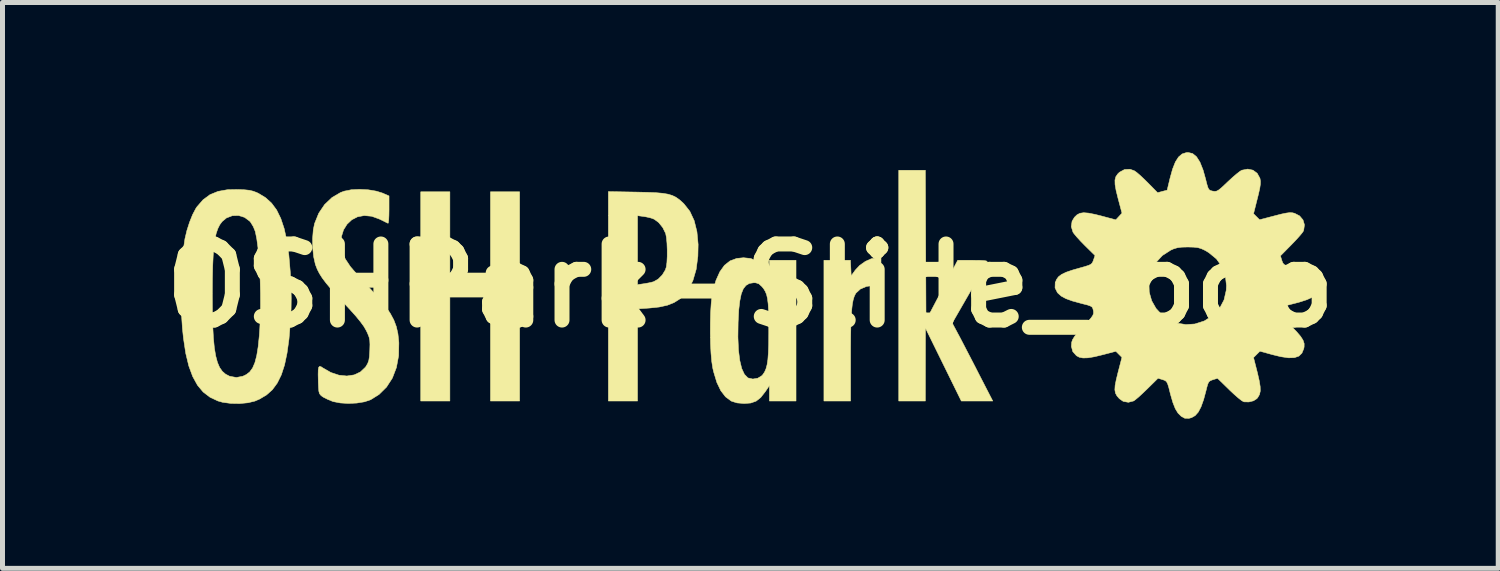
<source format=kicad_pcb>
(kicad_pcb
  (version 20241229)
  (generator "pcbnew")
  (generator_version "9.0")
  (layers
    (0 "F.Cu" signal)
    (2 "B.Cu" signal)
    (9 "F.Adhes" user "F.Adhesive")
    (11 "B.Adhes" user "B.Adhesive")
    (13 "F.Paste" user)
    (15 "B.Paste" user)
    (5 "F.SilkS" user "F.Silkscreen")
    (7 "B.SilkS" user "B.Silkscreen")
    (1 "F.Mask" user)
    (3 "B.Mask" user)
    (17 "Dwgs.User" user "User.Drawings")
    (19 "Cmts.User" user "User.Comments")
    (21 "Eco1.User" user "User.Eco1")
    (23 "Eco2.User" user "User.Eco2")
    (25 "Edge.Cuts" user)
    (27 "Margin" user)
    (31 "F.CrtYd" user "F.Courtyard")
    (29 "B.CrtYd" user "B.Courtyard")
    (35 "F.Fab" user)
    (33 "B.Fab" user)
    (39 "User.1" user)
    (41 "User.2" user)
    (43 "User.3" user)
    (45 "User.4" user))
  (footprint "OSHPark-Slide_logo"
    (layer "F.Cu")
    (at 11.982 2.672)
    (property "Reference" "OSHPark-Slide_logo" (at 0 0 0) (layer "F.SilkS") (effects (font (size 1.524 1.524) (thickness 0.3))))
    (attr through_hole)
    (fp_poly (pts (xy -6.02 -0.254) (xy -5.207 -0.254) (xy -5.207 -1.88) (xy -4.623 -1.88) (xy -4.623 2.311) (xy -5.207 2.311) (xy -5.207 0.229) (xy -6.02 0.229) (xy -6.02 2.311) (xy -6.604 2.311) (xy -6.604 -1.88) (xy -6.02 -1.88) (xy -6.02 -0.254)) (stroke (width 0.01) (type solid)) (fill yes) (layer "F.SilkS"))
    (fp_poly (pts (xy 2.616 -0.009) (xy 2.473 -0.005) (xy 2.325 0.016) (xy 2.203 0.068) (xy 2.117 0.147) (xy 2.103 0.168) (xy 2.079 0.219) (xy 2.059 0.285) (xy 2.042 0.371) (xy 2.03 0.48) (xy 2.02 0.619) (xy 2.013 0.791) (xy 2.009 1.001) (xy 2.007 1.254) (xy 2.007 1.441) (xy 2.007 2.311) (xy 1.473 2.311) (xy 1.473 -0.508) (xy 2.004 -0.508) (xy 2.012 -0.352) (xy 2.019 -0.197) (xy 2.102 -0.312) (xy 2.19 -0.406) (xy 2.302 -0.485) (xy 2.422 -0.539) (xy 2.532 -0.559) (xy 2.616 -0.559) (xy 2.616 -0.009)) (stroke (width 0.01) (type solid)) (fill yes) (layer "F.SilkS"))
    (fp_poly (pts (xy 3.511 -0.807) (xy 3.518 0.697) (xy 3.835 0.094) (xy 4.153 -0.508) (xy 4.454 -0.508) (xy 4.587 -0.507) (xy 4.676 -0.502) (xy 4.726 -0.495) (xy 4.743 -0.482) (xy 4.743 -0.476) (xy 4.727 -0.447) (xy 4.689 -0.379) (xy 4.633 -0.279) (xy 4.562 -0.154) (xy 4.479 -0.009) (xy 4.388 0.15) (xy 4.387 0.152) (xy 4.043 0.749) (xy 4.152 0.953) (xy 4.195 1.033) (xy 4.256 1.15) (xy 4.33 1.293) (xy 4.414 1.454) (xy 4.502 1.624) (xy 4.558 1.734) (xy 4.855 2.311) (xy 4.225 2.311) (xy 3.866 1.581) (xy 3.507 0.851) (xy 3.506 1.581) (xy 3.505 2.311) (xy 2.972 2.311) (xy 2.972 -2.311) (xy 3.505 -2.311) (xy 3.511 -0.807)) (stroke (width 0.01) (type solid)) (fill yes) (layer "F.SilkS"))
    (fp_poly (pts (xy -2.28 -1.874) (xy -2.065 -1.869) (xy -1.893 -1.862) (xy -1.758 -1.85) (xy -1.65 -1.832) (xy -1.564 -1.806) (xy -1.491 -1.77) (xy -1.423 -1.722) (xy -1.354 -1.661) (xy -1.331 -1.638) (xy -1.213 -1.489) (xy -1.126 -1.302) (xy -1.071 -1.08) (xy -1.047 -0.825) (xy -1.052 -0.591) (xy -1.086 -0.327) (xy -1.152 -0.101) (xy -1.247 0.085) (xy -1.372 0.231) (xy -1.414 0.266) (xy -1.531 0.34) (xy -1.665 0.393) (xy -1.827 0.428) (xy -2.026 0.449) (xy -2.261 0.465) (xy -2.261 2.311) (xy -2.845 2.311) (xy -2.845 -0.02) (xy -2.261 -0.02) (xy -2.14 -0.037) (xy -2.047 -0.053) (xy -1.96 -0.073) (xy -1.938 -0.079) (xy -1.848 -0.13) (xy -1.765 -0.214) (xy -1.704 -0.314) (xy -1.684 -0.374) (xy -1.672 -0.466) (xy -1.666 -0.587) (xy -1.666 -0.72) (xy -1.671 -0.851) (xy -1.682 -0.964) (xy -1.697 -1.044) (xy -1.699 -1.048) (xy -1.756 -1.164) (xy -1.838 -1.265) (xy -1.927 -1.331) (xy -1.992 -1.355) (xy -2.081 -1.376) (xy -2.127 -1.384) (xy -2.261 -1.402) (xy -2.261 -0.02) (xy -2.845 -0.02) (xy -2.845 -1.884) (xy -2.28 -1.874)) (stroke (width 0.01) (type solid)) (fill yes) (layer "F.SilkS"))
    (fp_poly (pts (xy 0.006 -0.544) (xy 0.127 -0.495) (xy 0.239 -0.406) (xy 0.28 -0.362) (xy 0.381 -0.247) (xy 0.381 -0.508) (xy 0.914 -0.508) (xy 0.914 2.311) (xy 0.381 2.311) (xy 0.381 2.001) (xy 0.298 2.124) (xy 0.208 2.239) (xy 0.115 2.313) (xy 0.008 2.351) (xy -0.124 2.361) (xy -0.268 2.349) (xy -0.376 2.315) (xy -0.386 2.31) (xy -0.498 2.227) (xy -0.593 2.104) (xy -0.672 1.939) (xy -0.736 1.728) (xy -0.754 1.651) (xy -0.774 1.521) (xy -0.789 1.354) (xy -0.799 1.161) (xy -0.801 1.034) (xy -0.25 1.034) (xy -0.239 1.288) (xy -0.213 1.497) (xy -0.174 1.66) (xy -0.12 1.776) (xy -0.053 1.845) (xy -0.044 1.85) (xy 0.049 1.871) (xy 0.148 1.854) (xy 0.231 1.803) (xy 0.246 1.786) (xy 0.283 1.732) (xy 0.312 1.667) (xy 0.334 1.586) (xy 0.35 1.481) (xy 0.36 1.346) (xy 0.366 1.176) (xy 0.368 0.963) (xy 0.368 0.889) (xy 0.367 0.673) (xy 0.364 0.501) (xy 0.356 0.366) (xy 0.343 0.262) (xy 0.325 0.181) (xy 0.299 0.117) (xy 0.266 0.062) (xy 0.231 0.019) (xy 0.17 -0.036) (xy 0.108 -0.057) (xy 0.065 -0.058) (xy -0.02 -0.045) (xy -0.088 -0.005) (xy -0.142 0.063) (xy -0.183 0.165) (xy -0.212 0.305) (xy -0.233 0.486) (xy -0.245 0.714) (xy -0.246 0.737) (xy -0.25 1.034) (xy -0.801 1.034) (xy -0.803 0.954) (xy -0.802 0.743) (xy -0.797 0.541) (xy -0.785 0.357) (xy -0.769 0.205) (xy -0.753 0.117) (xy -0.69 -0.104) (xy -0.612 -0.278) (xy -0.519 -0.408) (xy -0.407 -0.496) (xy -0.275 -0.545) (xy -0.138 -0.559) (xy 0.006 -0.544)) (stroke (width 0.01) (type solid)) (fill yes) (layer "F.SilkS"))
    (fp_poly (pts (xy -7.656 -1.92) (xy -7.495 -1.893) (xy -7.372 -1.855) (xy -7.239 -1.797) (xy -7.239 -1.519) (xy -7.241 -1.408) (xy -7.245 -1.319) (xy -7.252 -1.263) (xy -7.258 -1.249) (xy -7.29 -1.264) (xy -7.352 -1.295) (xy -7.425 -1.331) (xy -7.586 -1.39) (xy -7.736 -1.404) (xy -7.87 -1.379) (xy -7.986 -1.319) (xy -8.08 -1.23) (xy -8.15 -1.118) (xy -8.191 -0.987) (xy -8.201 -0.842) (xy -8.177 -0.689) (xy -8.115 -0.534) (xy -8.013 -0.381) (xy -8.008 -0.375) (xy -7.947 -0.304) (xy -7.861 -0.207) (xy -7.759 -0.094) (xy -7.652 0.023) (xy -7.611 0.067) (xy -7.446 0.251) (xy -7.315 0.41) (xy -7.216 0.553) (xy -7.143 0.688) (xy -7.093 0.821) (xy -7.061 0.962) (xy -7.044 1.119) (xy -7.042 1.148) (xy -7.047 1.404) (xy -7.091 1.64) (xy -7.172 1.851) (xy -7.289 2.032) (xy -7.439 2.18) (xy -7.607 2.285) (xy -7.731 2.327) (xy -7.885 2.352) (xy -8.053 2.36) (xy -8.215 2.35) (xy -8.355 2.323) (xy -8.378 2.315) (xy -8.468 2.278) (xy -8.548 2.238) (xy -8.581 2.217) (xy -8.612 2.19) (xy -8.633 2.16) (xy -8.645 2.114) (xy -8.651 2.042) (xy -8.656 1.931) (xy -8.656 1.917) (xy -8.659 1.781) (xy -8.657 1.69) (xy -8.648 1.637) (xy -8.63 1.617) (xy -8.601 1.624) (xy -8.563 1.649) (xy -8.404 1.74) (xy -8.241 1.794) (xy -8.084 1.81) (xy -7.938 1.788) (xy -7.812 1.729) (xy -7.712 1.634) (xy -7.7 1.617) (xy -7.666 1.559) (xy -7.644 1.498) (xy -7.632 1.421) (xy -7.625 1.311) (xy -7.624 1.289) (xy -7.621 1.176) (xy -7.625 1.096) (xy -7.639 1.03) (xy -7.666 0.961) (xy -7.694 0.902) (xy -7.742 0.818) (xy -7.813 0.721) (xy -7.909 0.604) (xy -8.037 0.462) (xy -8.105 0.389) (xy -8.267 0.216) (xy -8.396 0.072) (xy -8.497 -0.048) (xy -8.575 -0.151) (xy -8.633 -0.242) (xy -8.676 -0.326) (xy -8.709 -0.411) (xy -8.715 -0.427) (xy -8.749 -0.58) (xy -8.768 -0.759) (xy -8.77 -0.944) (xy -8.756 -1.118) (xy -8.73 -1.245) (xy -8.647 -1.45) (xy -8.529 -1.625) (xy -8.381 -1.765) (xy -8.209 -1.866) (xy -8.134 -1.893) (xy -7.995 -1.921) (xy -7.83 -1.929) (xy -7.656 -1.92)) (stroke (width 0.01) (type solid)) (fill yes) (layer "F.SilkS"))
    (fp_poly (pts (xy -10.131 -1.92) (xy -10.036 -1.91) (xy -9.961 -1.892) (xy -9.889 -1.865) (xy -9.852 -1.847) (xy -9.712 -1.762) (xy -9.592 -1.653) (xy -9.49 -1.515) (xy -9.407 -1.345) (xy -9.339 -1.141) (xy -9.286 -0.898) (xy -9.246 -0.612) (xy -9.218 -0.281) (xy -9.214 -0.221) (xy -9.202 0.029) (xy -9.198 0.251) (xy -9.201 0.464) (xy -9.212 0.691) (xy -9.216 0.745) (xy -9.243 1.071) (xy -9.282 1.351) (xy -9.332 1.589) (xy -9.397 1.788) (xy -9.478 1.952) (xy -9.576 2.085) (xy -9.694 2.19) (xy -9.832 2.272) (xy -9.922 2.311) (xy -10.063 2.346) (xy -10.231 2.362) (xy -10.407 2.359) (xy -10.571 2.337) (xy -10.667 2.31) (xy -10.826 2.235) (xy -10.962 2.131) (xy -11.077 1.993) (xy -11.172 1.82) (xy -11.25 1.609) (xy -11.311 1.356) (xy -11.356 1.059) (xy -11.378 0.851) (xy -11.395 0.592) (xy -11.403 0.314) (xy -11.403 0.203) (xy -10.779 0.203) (xy -10.777 0.53) (xy -10.77 0.811) (xy -10.757 1.048) (xy -10.738 1.246) (xy -10.711 1.408) (xy -10.676 1.538) (xy -10.633 1.639) (xy -10.579 1.716) (xy -10.515 1.772) (xy -10.439 1.812) (xy -10.427 1.816) (xy -10.297 1.84) (xy -10.168 1.815) (xy -10.097 1.781) (xy -10.029 1.728) (xy -9.972 1.65) (xy -9.926 1.543) (xy -9.889 1.401) (xy -9.86 1.222) (xy -9.837 0.998) (xy -9.828 0.864) (xy -9.817 0.641) (xy -9.813 0.401) (xy -9.814 0.153) (xy -9.82 -0.097) (xy -9.831 -0.338) (xy -9.846 -0.564) (xy -9.865 -0.766) (xy -9.888 -0.936) (xy -9.914 -1.065) (xy -9.92 -1.089) (xy -9.957 -1.181) (xy -10.008 -1.265) (xy -10.029 -1.291) (xy -10.133 -1.368) (xy -10.254 -1.405) (xy -10.379 -1.401) (xy -10.496 -1.356) (xy -10.581 -1.285) (xy -10.629 -1.221) (xy -10.668 -1.143) (xy -10.701 -1.048) (xy -10.727 -0.93) (xy -10.747 -0.785) (xy -10.761 -0.608) (xy -10.771 -0.395) (xy -10.777 -0.142) (xy -10.779 0.158) (xy -10.779 0.203) (xy -11.403 0.203) (xy -11.402 0.029) (xy -11.394 -0.251) (xy -11.378 -0.515) (xy -11.355 -0.752) (xy -11.327 -0.94) (xy -11.288 -1.104) (xy -11.235 -1.27) (xy -11.174 -1.422) (xy -11.11 -1.544) (xy -11.086 -1.58) (xy -10.964 -1.72) (xy -10.826 -1.822) (xy -10.665 -1.888) (xy -10.475 -1.922) (xy -10.262 -1.926) (xy -10.131 -1.92)) (stroke (width 0.01) (type solid)) (fill yes) (layer "F.SilkS"))
    (fp_poly (pts (xy 8.859 -2.646) (xy 8.937 -2.582) (xy 9.006 -2.473) (xy 9.068 -2.317) (xy 9.117 -2.142) (xy 9.144 -2.034) (xy 9.165 -1.965) (xy 9.186 -1.926) (xy 9.212 -1.906) (xy 9.249 -1.896) (xy 9.263 -1.893) (xy 9.303 -1.888) (xy 9.338 -1.893) (xy 9.378 -1.914) (xy 9.431 -1.956) (xy 9.506 -2.026) (xy 9.565 -2.082) (xy 9.656 -2.166) (xy 9.74 -2.238) (xy 9.807 -2.29) (xy 9.844 -2.312) (xy 9.963 -2.335) (xy 10.068 -2.313) (xy 10.152 -2.251) (xy 10.206 -2.153) (xy 10.209 -2.143) (xy 10.217 -2.093) (xy 10.216 -2.033) (xy 10.204 -1.952) (xy 10.179 -1.839) (xy 10.156 -1.747) (xy 10.079 -1.441) (xy 10.14 -1.38) (xy 10.2 -1.32) (xy 10.503 -1.399) (xy 10.635 -1.433) (xy 10.73 -1.453) (xy 10.798 -1.462) (xy 10.851 -1.461) (xy 10.898 -1.45) (xy 10.9 -1.45) (xy 11.002 -1.397) (xy 11.07 -1.316) (xy 11.099 -1.218) (xy 11.084 -1.113) (xy 11.072 -1.084) (xy 11.043 -1.045) (xy 10.987 -0.979) (xy 10.911 -0.896) (xy 10.831 -0.813) (xy 10.618 -0.597) (xy 10.646 -0.505) (xy 10.664 -0.457) (xy 10.688 -0.426) (xy 10.732 -0.403) (xy 10.808 -0.382) (xy 10.855 -0.371) (xy 11.017 -0.33) (xy 11.137 -0.294) (xy 11.225 -0.258) (xy 11.291 -0.219) (xy 11.344 -0.172) (xy 11.355 -0.16) (xy 11.405 -0.095) (xy 11.424 -0.041) (xy 11.421 0.02) (xy 11.396 0.101) (xy 11.345 0.17) (xy 11.264 0.229) (xy 11.147 0.282) (xy 10.988 0.333) (xy 10.856 0.367) (xy 10.762 0.391) (xy 10.706 0.412) (xy 10.674 0.438) (xy 10.655 0.479) (xy 10.647 0.503) (xy 10.618 0.597) (xy 10.832 0.809) (xy 10.945 0.926) (xy 11.023 1.018) (xy 11.071 1.094) (xy 11.093 1.161) (xy 11.092 1.227) (xy 11.085 1.263) (xy 11.048 1.352) (xy 10.988 1.411) (xy 10.9 1.442) (xy 10.781 1.446) (xy 10.625 1.423) (xy 10.457 1.382) (xy 10.207 1.313) (xy 10.143 1.377) (xy 10.079 1.441) (xy 10.157 1.747) (xy 10.193 1.905) (xy 10.212 2.023) (xy 10.214 2.113) (xy 10.198 2.182) (xy 10.164 2.241) (xy 10.145 2.264) (xy 10.078 2.307) (xy 9.986 2.33) (xy 9.895 2.328) (xy 9.876 2.323) (xy 9.836 2.299) (xy 9.769 2.246) (xy 9.685 2.172) (xy 9.592 2.085) (xy 9.588 2.08) (xy 9.358 1.856) (xy 9.266 1.884) (xy 9.217 1.902) (xy 9.185 1.926) (xy 9.163 1.97) (xy 9.141 2.046) (xy 9.13 2.093) (xy 9.079 2.283) (xy 9.027 2.428) (xy 8.972 2.533) (xy 8.91 2.603) (xy 8.838 2.644) (xy 8.786 2.658) (xy 8.703 2.657) (xy 8.63 2.617) (xy 8.629 2.616) (xy 8.565 2.552) (xy 8.511 2.463) (xy 8.463 2.341) (xy 8.416 2.179) (xy 8.407 2.143) (xy 8.38 2.035) (xy 8.358 1.966) (xy 8.336 1.925) (xy 8.309 1.902) (xy 8.268 1.886) (xy 8.258 1.883) (xy 8.166 1.855) (xy 7.95 2.068) (xy 7.86 2.154) (xy 7.779 2.229) (xy 7.714 2.283) (xy 7.679 2.309) (xy 7.572 2.337) (xy 7.468 2.318) (xy 7.391 2.264) (xy 7.343 2.209) (xy 7.313 2.153) (xy 7.301 2.087) (xy 7.306 2) (xy 7.329 1.884) (xy 7.363 1.745) (xy 7.443 1.437) (xy 7.382 1.376) (xy 7.321 1.315) (xy 7.062 1.383) (xy 6.892 1.424) (xy 6.762 1.446) (xy 6.663 1.449) (xy 6.588 1.434) (xy 6.532 1.404) (xy 6.458 1.321) (xy 6.43 1.217) (xy 6.436 1.134) (xy 6.455 1.08) (xy 6.496 1.014) (xy 6.565 0.929) (xy 6.666 0.819) (xy 6.67 0.814) (xy 6.76 0.719) (xy 6.821 0.651) (xy 6.856 0.602) (xy 6.872 0.564) (xy 6.874 0.529) (xy 6.87 0.499) (xy 6.86 0.458) (xy 6.844 0.429) (xy 6.811 0.408) (xy 6.751 0.387) (xy 6.655 0.363) (xy 6.621 0.354) (xy 6.449 0.307) (xy 6.32 0.26) (xy 6.226 0.209) (xy 6.159 0.149) (xy 6.149 0.137) (xy 6.103 0.044) (xy 6.106 -0.057) (xy 6.107 -0.06) (xy 7.982 -0.06) (xy 7.989 0.13) (xy 8.039 0.304) (xy 8.126 0.457) (xy 8.244 0.585) (xy 8.387 0.685) (xy 8.549 0.751) (xy 8.723 0.78) (xy 8.904 0.768) (xy 9.085 0.71) (xy 9.104 0.701) (xy 9.272 0.592) (xy 9.4 0.453) (xy 9.488 0.286) (xy 9.532 0.094) (xy 9.537 0) (xy 9.514 -0.203) (xy 9.446 -0.382) (xy 9.335 -0.536) (xy 9.18 -0.663) (xy 9.106 -0.707) (xy 9.033 -0.741) (xy 8.963 -0.762) (xy 8.88 -0.771) (xy 8.764 -0.774) (xy 8.763 -0.774) (xy 8.642 -0.771) (xy 8.552 -0.759) (xy 8.476 -0.736) (xy 8.421 -0.712) (xy 8.252 -0.603) (xy 8.122 -0.461) (xy 8.033 -0.291) (xy 7.986 -0.093) (xy 7.982 -0.06) (xy 6.107 -0.06) (xy 6.132 -0.123) (xy 6.171 -0.177) (xy 6.234 -0.225) (xy 6.326 -0.269) (xy 6.455 -0.313) (xy 6.589 -0.351) (xy 6.702 -0.383) (xy 6.777 -0.407) (xy 6.822 -0.429) (xy 6.848 -0.456) (xy 6.866 -0.493) (xy 6.872 -0.511) (xy 6.904 -0.603) (xy 6.701 -0.803) (xy 6.615 -0.891) (xy 6.54 -0.973) (xy 6.485 -1.039) (xy 6.462 -1.072) (xy 6.428 -1.183) (xy 6.444 -1.291) (xy 6.491 -1.369) (xy 6.543 -1.419) (xy 6.602 -1.45) (xy 6.676 -1.461) (xy 6.774 -1.453) (xy 6.905 -1.427) (xy 7.021 -1.398) (xy 7.32 -1.318) (xy 7.382 -1.385) (xy 7.444 -1.452) (xy 7.365 -1.748) (xy 7.326 -1.906) (xy 7.305 -2.025) (xy 7.303 -2.115) (xy 7.321 -2.183) (xy 7.359 -2.238) (xy 7.394 -2.272) (xy 7.494 -2.326) (xy 7.604 -2.332) (xy 7.691 -2.301) (xy 7.737 -2.269) (xy 7.807 -2.209) (xy 7.891 -2.13) (xy 7.958 -2.064) (xy 8.157 -1.862) (xy 8.253 -1.888) (xy 8.349 -1.913) (xy 8.405 -2.147) (xy 8.457 -2.335) (xy 8.513 -2.477) (xy 8.576 -2.576) (xy 8.648 -2.638) (xy 8.733 -2.665) (xy 8.771 -2.667) (xy 8.859 -2.646)) (stroke (width 0.01) (type solid)) (fill yes) (layer "F.SilkS")))
  (gr_rect
    (start -3 -3)
    (end 26.963 8.335)
    (stroke (width 0.1) (type default))
    (fill no)
    (layer "Edge.Cuts")))
</source>
